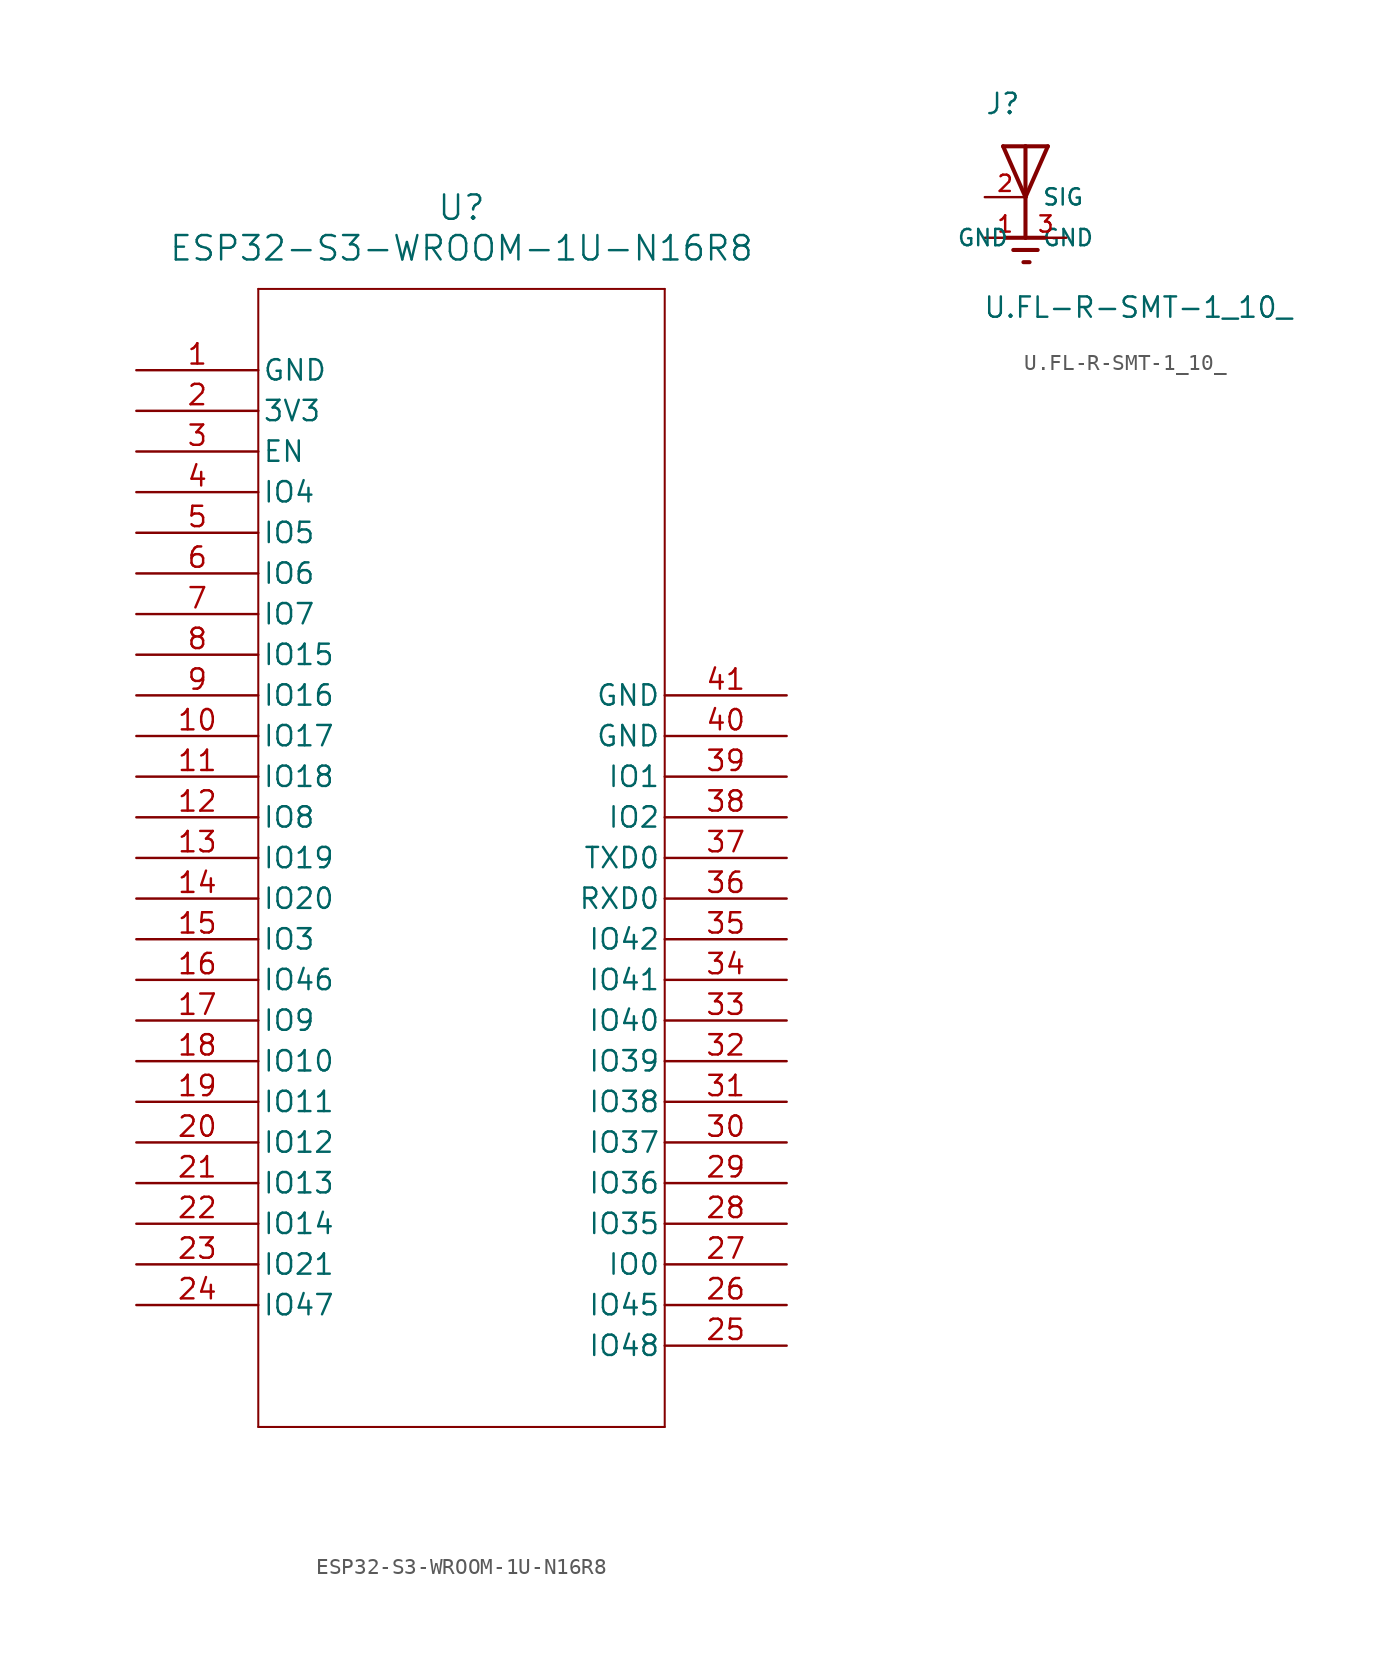
<source format=kicad_sym>
(kicad_symbol_lib
  (version 20231120)
  (generator "kicad_symbol_editor")
  (generator_version "8.0")
  (symbol "ESP32-S3-WROOM-1U-N16R8"
    (pin_names
      (offset 0.254))
    (property "Reference" "U"
      (at 20.32 10.16 0)
      (effects (font (size 1.524 1.524))))
    (property "Value" "ESP32-S3-WROOM-1U-N16R8"
      (at 20.32 7.62 0)
      (effects (font (size 1.524 1.524))))
    (symbol "ESP32-S3-WROOM-1U-N16R8_0_1"
      (polyline (pts (xy 7.62 -66.04) (xy 33.02 -66.04)) (stroke (width 0.127) (type default)) (fill (type none)))
      (polyline (pts (xy 7.62 5.08) (xy 7.62 -66.04)) (stroke (width 0.127) (type default)) (fill (type none)))
      (polyline (pts (xy 33.02 -66.04) (xy 33.02 5.08)) (stroke (width 0.127) (type default)) (fill (type none)))
      (polyline (pts (xy 33.02 5.08) (xy 7.62 5.08)) (stroke (width 0.127) (type default)) (fill (type none)))
      (pin power_out line (at 0 0 0) (length 7.62) (name "GND" (effects (font (size 1.27 1.27)))) (number "1" (effects (font (size 1.27 1.27)))))
      (pin bidirectional line (at 0 -22.86 0) (length 7.62) (name "IO17" (effects (font (size 1.27 1.27)))) (number "10" (effects (font (size 1.27 1.27)))))
      (pin bidirectional line (at 0 -25.4 0) (length 7.62) (name "IO18" (effects (font (size 1.27 1.27)))) (number "11" (effects (font (size 1.27 1.27)))))
      (pin bidirectional line (at 0 -27.94 0) (length 7.62) (name "IO8" (effects (font (size 1.27 1.27)))) (number "12" (effects (font (size 1.27 1.27)))))
      (pin bidirectional line (at 0 -30.48 0) (length 7.62) (name "IO19" (effects (font (size 1.27 1.27)))) (number "13" (effects (font (size 1.27 1.27)))))
      (pin bidirectional line (at 0 -33.02 0) (length 7.62) (name "IO20" (effects (font (size 1.27 1.27)))) (number "14" (effects (font (size 1.27 1.27)))))
      (pin bidirectional line (at 0 -35.56 0) (length 7.62) (name "IO3" (effects (font (size 1.27 1.27)))) (number "15" (effects (font (size 1.27 1.27)))))
      (pin bidirectional line (at 0 -38.1 0) (length 7.62) (name "IO46" (effects (font (size 1.27 1.27)))) (number "16" (effects (font (size 1.27 1.27)))))
      (pin bidirectional line (at 0 -40.64 0) (length 7.62) (name "IO9" (effects (font (size 1.27 1.27)))) (number "17" (effects (font (size 1.27 1.27)))))
      (pin bidirectional line (at 0 -43.18 0) (length 7.62) (name "IO10" (effects (font (size 1.27 1.27)))) (number "18" (effects (font (size 1.27 1.27)))))
      (pin bidirectional line (at 0 -45.72 0) (length 7.62) (name "IO11" (effects (font (size 1.27 1.27)))) (number "19" (effects (font (size 1.27 1.27)))))
      (pin power_in line (at 0 -2.54 0) (length 7.62) (name "3V3" (effects (font (size 1.27 1.27)))) (number "2" (effects (font (size 1.27 1.27)))))
      (pin bidirectional line (at 0 -48.26 0) (length 7.62) (name "IO12" (effects (font (size 1.27 1.27)))) (number "20" (effects (font (size 1.27 1.27)))))
      (pin bidirectional line (at 0 -50.8 0) (length 7.62) (name "IO13" (effects (font (size 1.27 1.27)))) (number "21" (effects (font (size 1.27 1.27)))))
      (pin bidirectional line (at 0 -53.34 0) (length 7.62) (name "IO14" (effects (font (size 1.27 1.27)))) (number "22" (effects (font (size 1.27 1.27)))))
      (pin bidirectional line (at 0 -55.88 0) (length 7.62) (name "IO21" (effects (font (size 1.27 1.27)))) (number "23" (effects (font (size 1.27 1.27)))))
      (pin bidirectional line (at 0 -58.42 0) (length 7.62) (name "IO47" (effects (font (size 1.27 1.27)))) (number "24" (effects (font (size 1.27 1.27)))))
      (pin bidirectional line (at 40.64 -60.96 180) (length 7.62) (name "IO48" (effects (font (size 1.27 1.27)))) (number "25" (effects (font (size 1.27 1.27)))))
      (pin bidirectional line (at 40.64 -58.42 180) (length 7.62) (name "IO45" (effects (font (size 1.27 1.27)))) (number "26" (effects (font (size 1.27 1.27)))))
      (pin bidirectional line (at 40.64 -55.88 180) (length 7.62) (name "IO0" (effects (font (size 1.27 1.27)))) (number "27" (effects (font (size 1.27 1.27)))))
      (pin bidirectional line (at 40.64 -53.34 180) (length 7.62) (name "IO35" (effects (font (size 1.27 1.27)))) (number "28" (effects (font (size 1.27 1.27)))))
      (pin bidirectional line (at 40.64 -50.8 180) (length 7.62) (name "IO36" (effects (font (size 1.27 1.27)))) (number "29" (effects (font (size 1.27 1.27)))))
      (pin input line (at 0 -5.08 0) (length 7.62) (name "EN" (effects (font (size 1.27 1.27)))) (number "3" (effects (font (size 1.27 1.27)))))
      (pin bidirectional line (at 40.64 -48.26 180) (length 7.62) (name "IO37" (effects (font (size 1.27 1.27)))) (number "30" (effects (font (size 1.27 1.27)))))
      (pin bidirectional line (at 40.64 -45.72 180) (length 7.62) (name "IO38" (effects (font (size 1.27 1.27)))) (number "31" (effects (font (size 1.27 1.27)))))
      (pin bidirectional line (at 40.64 -43.18 180) (length 7.62) (name "IO39" (effects (font (size 1.27 1.27)))) (number "32" (effects (font (size 1.27 1.27)))))
      (pin bidirectional line (at 40.64 -40.64 180) (length 7.62) (name "IO40" (effects (font (size 1.27 1.27)))) (number "33" (effects (font (size 1.27 1.27)))))
      (pin bidirectional line (at 40.64 -38.1 180) (length 7.62) (name "IO41" (effects (font (size 1.27 1.27)))) (number "34" (effects (font (size 1.27 1.27)))))
      (pin bidirectional line (at 40.64 -35.56 180) (length 7.62) (name "IO42" (effects (font (size 1.27 1.27)))) (number "35" (effects (font (size 1.27 1.27)))))
      (pin bidirectional line (at 40.64 -33.02 180) (length 7.62) (name "RXD0" (effects (font (size 1.27 1.27)))) (number "36" (effects (font (size 1.27 1.27)))))
      (pin bidirectional line (at 40.64 -30.48 180) (length 7.62) (name "TXD0" (effects (font (size 1.27 1.27)))) (number "37" (effects (font (size 1.27 1.27)))))
      (pin bidirectional line (at 40.64 -27.94 180) (length 7.62) (name "IO2" (effects (font (size 1.27 1.27)))) (number "38" (effects (font (size 1.27 1.27)))))
      (pin bidirectional line (at 40.64 -25.4 180) (length 7.62) (name "IO1" (effects (font (size 1.27 1.27)))) (number "39" (effects (font (size 1.27 1.27)))))
      (pin bidirectional line (at 0 -7.62 0) (length 7.62) (name "IO4" (effects (font (size 1.27 1.27)))) (number "4" (effects (font (size 1.27 1.27)))))
      (pin power_out line (at 40.64 -22.86 180) (length 7.62) (name "GND" (effects (font (size 1.27 1.27)))) (number "40" (effects (font (size 1.27 1.27)))))
      (pin power_out line (at 40.64 -20.32 180) (length 7.62) (name "GND" (effects (font (size 1.27 1.27)))) (number "41" (effects (font (size 1.27 1.27)))))
      (pin bidirectional line (at 0 -10.16 0) (length 7.62) (name "IO5" (effects (font (size 1.27 1.27)))) (number "5" (effects (font (size 1.27 1.27)))))
      (pin bidirectional line (at 0 -12.7 0) (length 7.62) (name "IO6" (effects (font (size 1.27 1.27)))) (number "6" (effects (font (size 1.27 1.27)))))
      (pin bidirectional line (at 0 -15.24 0) (length 7.62) (name "IO7" (effects (font (size 1.27 1.27)))) (number "7" (effects (font (size 1.27 1.27)))))
      (pin bidirectional line (at 0 -17.78 0) (length 7.62) (name "IO15" (effects (font (size 1.27 1.27)))) (number "8" (effects (font (size 1.27 1.27)))))
      (pin bidirectional line (at 0 -20.32 0) (length 7.62) (name "IO16" (effects (font (size 1.27 1.27)))) (number "9" (effects (font (size 1.27 1.27)))))))
  (symbol "U.FL-R-SMT-1_10_"
    (pin_names
      (offset 1.016))
    (property "Reference" "J"
      (at -2.541 5.087 0)
      (effects (font (size 1.27 1.27)) (justify left bottom)))
    (property "Value" "U.FL-R-SMT-1_10_"
      (at -2.668 -7.635 0)
      (effects (font (size 1.27 1.27)) (justify left bottom)))
    (symbol "U.FL-R-SMT-1_10__0_0"
      (polyline (pts (xy -1.397 3.175) (xy 0 3.175)) (stroke (width 0.254) (type default)) (fill (type none)))
      (polyline (pts (xy -0.762 -3.302) (xy 0.762 -3.302)) (stroke (width 0.254) (type default)) (fill (type none)))
      (polyline (pts (xy -0.127 -4.064) (xy 0.254 -4.064)) (stroke (width 0.254) (type default)) (fill (type none)))
      (polyline (pts (xy 0 -2.54) (xy -1.27 -2.54)) (stroke (width 0.254) (type default)) (fill (type none)))
      (polyline (pts (xy 0 -2.54) (xy 1.27 -2.54)) (stroke (width 0.254) (type default)) (fill (type none)))
      (polyline (pts (xy 0 0) (xy -1.397 3.175)) (stroke (width 0.254) (type default)) (fill (type none)))
      (polyline (pts (xy 0 0) (xy 0 -2.54)) (stroke (width 0.254) (type default)) (fill (type none)))
      (polyline (pts (xy 0 3.175) (xy 0 0)) (stroke (width 0.254) (type default)) (fill (type none)))
      (polyline (pts (xy 0 3.175) (xy 1.397 3.175)) (stroke (width 0.254) (type default)) (fill (type none)))
      (polyline (pts (xy 1.397 3.175) (xy 0 0)) (stroke (width 0.254) (type default)) (fill (type none))))
    (symbol "U.FL-R-SMT-1_10__1_0"
      (pin power_in line (at -2.54 -2.54 0) (length 2.54) (name "GND" (effects (font (size 1.016 1.016)))) (number "1" (effects (font (size 1.016 1.016)))))
      (pin bidirectional line (at -2.54 0 0) (length 2.54) (name "SIG" (effects (font (size 1.016 1.016)))) (number "2" (effects (font (size 1.016 1.016)))))
      (pin power_in line (at 2.54 -2.54 180) (length 2.54) (name "GND" (effects (font (size 1.016 1.016)))) (number "3" (effects (font (size 1.016 1.016))))))))
</source>
